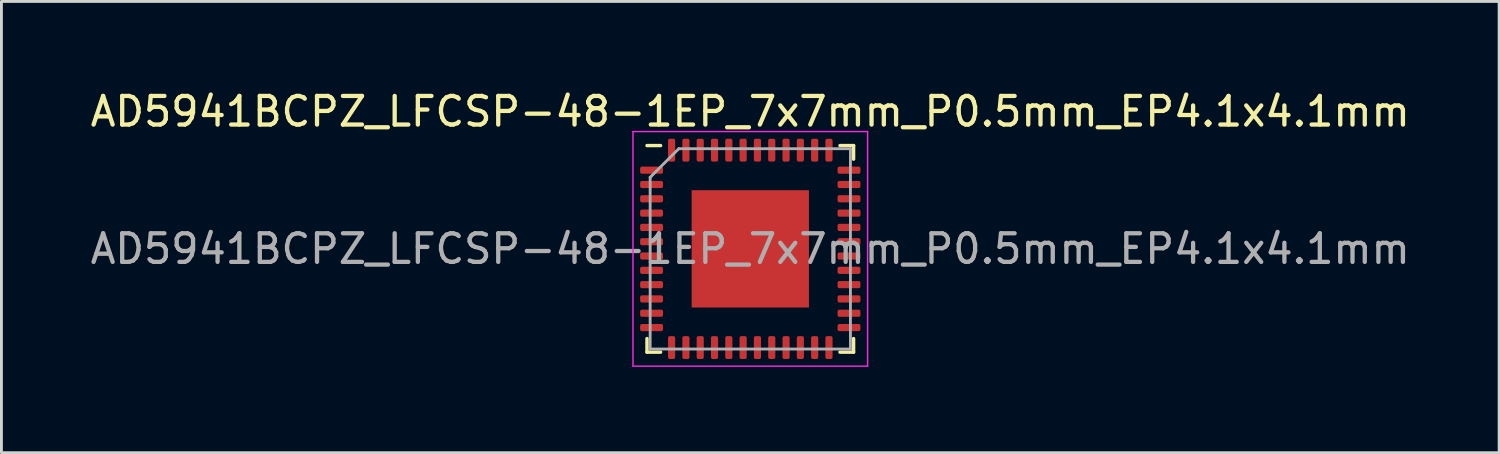
<source format=kicad_pcb>
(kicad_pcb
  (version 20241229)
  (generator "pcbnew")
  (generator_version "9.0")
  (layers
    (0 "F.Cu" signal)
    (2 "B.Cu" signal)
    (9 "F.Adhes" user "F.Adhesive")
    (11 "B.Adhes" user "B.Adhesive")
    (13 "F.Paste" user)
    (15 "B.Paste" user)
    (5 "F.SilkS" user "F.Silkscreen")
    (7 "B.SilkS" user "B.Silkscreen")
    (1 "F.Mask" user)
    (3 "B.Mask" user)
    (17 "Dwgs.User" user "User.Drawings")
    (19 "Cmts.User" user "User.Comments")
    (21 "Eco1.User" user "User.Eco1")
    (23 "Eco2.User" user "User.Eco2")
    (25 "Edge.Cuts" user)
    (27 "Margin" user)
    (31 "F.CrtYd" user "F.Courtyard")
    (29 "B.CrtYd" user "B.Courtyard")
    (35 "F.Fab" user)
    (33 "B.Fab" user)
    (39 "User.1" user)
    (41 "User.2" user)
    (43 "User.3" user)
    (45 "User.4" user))
  (footprint "AD5941BCPZ_LFCSP-48-1EP_7x7mm_P0.5mm_EP4.1x4.1mm"
    (layer "F.Cu")
    (at 23.173 5.648)
    (property "Reference" "AD5941BCPZ_LFCSP-48-1EP_7x7mm_P0.5mm_EP4.1x4.1mm" (at 0 -4.8 0) (layer "F.SilkS") (effects (font (size 1 1) (thickness 0.15))))
    (attr smd)
    (fp_line (start -3.61 3.61) (end -3.61 3.135) (stroke (width 0.12) (type solid)) (layer "F.SilkS"))
    (fp_line (start -3.135 -3.61) (end -3.61 -3.61) (stroke (width 0.12) (type solid)) (layer "F.SilkS"))
    (fp_line (start -3.135 3.61) (end -3.61 3.61) (stroke (width 0.12) (type solid)) (layer "F.SilkS"))
    (fp_line (start 3.135 -3.61) (end 3.61 -3.61) (stroke (width 0.12) (type solid)) (layer "F.SilkS"))
    (fp_line (start 3.135 3.61) (end 3.61 3.61) (stroke (width 0.12) (type solid)) (layer "F.SilkS"))
    (fp_line (start 3.61 -3.61) (end 3.61 -3.135) (stroke (width 0.12) (type solid)) (layer "F.SilkS"))
    (fp_line (start 3.61 3.61) (end 3.61 3.135) (stroke (width 0.12) (type solid)) (layer "F.SilkS"))
    (fp_line (start -4.1 -4.1) (end -4.1 4.1) (stroke (width 0.05) (type solid)) (layer "F.CrtYd"))
    (fp_line (start -4.1 4.1) (end 4.1 4.1) (stroke (width 0.05) (type solid)) (layer "F.CrtYd"))
    (fp_line (start 4.1 -4.1) (end -4.1 -4.1) (stroke (width 0.05) (type solid)) (layer "F.CrtYd"))
    (fp_line (start 4.1 4.1) (end 4.1 -4.1) (stroke (width 0.05) (type solid)) (layer "F.CrtYd"))
    (fp_line (start -3.5 -2.5) (end -2.5 -3.5) (stroke (width 0.1) (type solid)) (layer "F.Fab"))
    (fp_line (start -3.5 3.5) (end -3.5 -2.5) (stroke (width 0.1) (type solid)) (layer "F.Fab"))
    (fp_line (start -2.5 -3.5) (end 3.5 -3.5) (stroke (width 0.1) (type solid)) (layer "F.Fab"))
    (fp_line (start 3.5 -3.5) (end 3.5 3.5) (stroke (width 0.1) (type solid)) (layer "F.Fab"))
    (fp_line (start 3.5 3.5) (end -3.5 3.5) (stroke (width 0.1) (type solid)) (layer "F.Fab"))
    (fp_text user "${REFERENCE}" (at 0 0 0) (layer "F.Fab") (effects (font (size 1 1) (thickness 0.15))))
    (pad "" smd roundrect (at -1.37 -1.37) (size 1.1 1.1) (layers "F.Paste") (roundrect_rratio 0.227))
    (pad "" smd roundrect (at -1.37 0) (size 1.1 1.1) (layers "F.Paste") (roundrect_rratio 0.227))
    (pad "" smd roundrect (at -1.37 1.37) (size 1.1 1.1) (layers "F.Paste") (roundrect_rratio 0.227))
    (pad "" smd roundrect (at 0 -1.37) (size 1.1 1.1) (layers "F.Paste") (roundrect_rratio 0.227))
    (pad "" smd roundrect (at 0 0) (size 1.1 1.1) (layers "F.Paste") (roundrect_rratio 0.227))
    (pad "" smd roundrect (at 0 1.37) (size 1.1 1.1) (layers "F.Paste") (roundrect_rratio 0.227))
    (pad "" smd roundrect (at 1.37 -1.37) (size 1.1 1.1) (layers "F.Paste") (roundrect_rratio 0.227))
    (pad "" smd roundrect (at 1.37 0) (size 1.1 1.1) (layers "F.Paste") (roundrect_rratio 0.227))
    (pad "" smd roundrect (at 1.37 1.37) (size 1.1 1.1) (layers "F.Paste") (roundrect_rratio 0.227))
    (pad "1" smd roundrect (at -3.45 -2.75) (size 0.8 0.25) (layers "F.Cu" "F.Mask" "F.Paste") (roundrect_rratio 0.25))
    (pad "2" smd roundrect (at -3.45 -2.25) (size 0.8 0.25) (layers "F.Cu" "F.Mask" "F.Paste") (roundrect_rratio 0.25))
    (pad "3" smd roundrect (at -3.45 -1.75) (size 0.8 0.25) (layers "F.Cu" "F.Mask" "F.Paste") (roundrect_rratio 0.25))
    (pad "4" smd roundrect (at -3.45 -1.25) (size 0.8 0.25) (layers "F.Cu" "F.Mask" "F.Paste") (roundrect_rratio 0.25))
    (pad "5" smd roundrect (at -3.45 -0.75) (size 0.8 0.25) (layers "F.Cu" "F.Mask" "F.Paste") (roundrect_rratio 0.25))
    (pad "6" smd roundrect (at -3.45 -0.25) (size 0.8 0.25) (layers "F.Cu" "F.Mask" "F.Paste") (roundrect_rratio 0.25))
    (pad "7" smd roundrect (at -3.45 0.25) (size 0.8 0.25) (layers "F.Cu" "F.Mask" "F.Paste") (roundrect_rratio 0.25))
    (pad "8" smd roundrect (at -3.45 0.75) (size 0.8 0.25) (layers "F.Cu" "F.Mask" "F.Paste") (roundrect_rratio 0.25))
    (pad "9" smd roundrect (at -3.45 1.25) (size 0.8 0.25) (layers "F.Cu" "F.Mask" "F.Paste") (roundrect_rratio 0.25))
    (pad "10" smd roundrect (at -3.45 1.75) (size 0.8 0.25) (layers "F.Cu" "F.Mask" "F.Paste") (roundrect_rratio 0.25))
    (pad "11" smd roundrect (at -3.45 2.25) (size 0.8 0.25) (layers "F.Cu" "F.Mask" "F.Paste") (roundrect_rratio 0.25))
    (pad "12" smd roundrect (at -3.45 2.75) (size 0.8 0.25) (layers "F.Cu" "F.Mask" "F.Paste") (roundrect_rratio 0.25))
    (pad "13" smd roundrect (at -2.75 3.45) (size 0.25 0.8) (layers "F.Cu" "F.Mask" "F.Paste") (roundrect_rratio 0.25))
    (pad "14" smd roundrect (at -2.25 3.45) (size 0.25 0.8) (layers "F.Cu" "F.Mask" "F.Paste") (roundrect_rratio 0.25))
    (pad "15" smd roundrect (at -1.75 3.45) (size 0.25 0.8) (layers "F.Cu" "F.Mask" "F.Paste") (roundrect_rratio 0.25))
    (pad "16" smd roundrect (at -1.25 3.45) (size 0.25 0.8) (layers "F.Cu" "F.Mask" "F.Paste") (roundrect_rratio 0.25))
    (pad "17" smd roundrect (at -0.75 3.45) (size 0.25 0.8) (layers "F.Cu" "F.Mask" "F.Paste") (roundrect_rratio 0.25))
    (pad "18" smd roundrect (at -0.25 3.45) (size 0.25 0.8) (layers "F.Cu" "F.Mask" "F.Paste") (roundrect_rratio 0.25))
    (pad "19" smd roundrect (at 0.25 3.45) (size 0.25 0.8) (layers "F.Cu" "F.Mask" "F.Paste") (roundrect_rratio 0.25))
    (pad "20" smd roundrect (at 0.75 3.45) (size 0.25 0.8) (layers "F.Cu" "F.Mask" "F.Paste") (roundrect_rratio 0.25))
    (pad "21" smd roundrect (at 1.25 3.45) (size 0.25 0.8) (layers "F.Cu" "F.Mask" "F.Paste") (roundrect_rratio 0.25))
    (pad "22" smd roundrect (at 1.75 3.45) (size 0.25 0.8) (layers "F.Cu" "F.Mask" "F.Paste") (roundrect_rratio 0.25))
    (pad "23" smd roundrect (at 2.25 3.45) (size 0.25 0.8) (layers "F.Cu" "F.Mask" "F.Paste") (roundrect_rratio 0.25))
    (pad "24" smd roundrect (at 2.75 3.45) (size 0.25 0.8) (layers "F.Cu" "F.Mask" "F.Paste") (roundrect_rratio 0.25))
    (pad "25" smd roundrect (at 3.45 2.75) (size 0.8 0.25) (layers "F.Cu" "F.Mask" "F.Paste") (roundrect_rratio 0.25))
    (pad "26" smd roundrect (at 3.45 2.25) (size 0.8 0.25) (layers "F.Cu" "F.Mask" "F.Paste") (roundrect_rratio 0.25))
    (pad "27" smd roundrect (at 3.45 1.75) (size 0.8 0.25) (layers "F.Cu" "F.Mask" "F.Paste") (roundrect_rratio 0.25))
    (pad "28" smd roundrect (at 3.45 1.25) (size 0.8 0.25) (layers "F.Cu" "F.Mask" "F.Paste") (roundrect_rratio 0.25))
    (pad "29" smd roundrect (at 3.45 0.75) (size 0.8 0.25) (layers "F.Cu" "F.Mask" "F.Paste") (roundrect_rratio 0.25))
    (pad "30" smd roundrect (at 3.45 0.25) (size 0.8 0.25) (layers "F.Cu" "F.Mask" "F.Paste") (roundrect_rratio 0.25))
    (pad "31" smd roundrect (at 3.45 -0.25) (size 0.8 0.25) (layers "F.Cu" "F.Mask" "F.Paste") (roundrect_rratio 0.25))
    (pad "32" smd roundrect (at 3.45 -0.75) (size 0.8 0.25) (layers "F.Cu" "F.Mask" "F.Paste") (roundrect_rratio 0.25))
    (pad "33" smd roundrect (at 3.45 -1.25) (size 0.8 0.25) (layers "F.Cu" "F.Mask" "F.Paste") (roundrect_rratio 0.25))
    (pad "34" smd roundrect (at 3.45 -1.75) (size 0.8 0.25) (layers "F.Cu" "F.Mask" "F.Paste") (roundrect_rratio 0.25))
    (pad "35" smd roundrect (at 3.45 -2.25) (size 0.8 0.25) (layers "F.Cu" "F.Mask" "F.Paste") (roundrect_rratio 0.25))
    (pad "36" smd roundrect (at 3.45 -2.75) (size 0.8 0.25) (layers "F.Cu" "F.Mask" "F.Paste") (roundrect_rratio 0.25))
    (pad "37" smd roundrect (at 2.75 -3.45) (size 0.25 0.8) (layers "F.Cu" "F.Mask" "F.Paste") (roundrect_rratio 0.25))
    (pad "38" smd roundrect (at 2.25 -3.45) (size 0.25 0.8) (layers "F.Cu" "F.Mask" "F.Paste") (roundrect_rratio 0.25))
    (pad "39" smd roundrect (at 1.75 -3.45) (size 0.25 0.8) (layers "F.Cu" "F.Mask" "F.Paste") (roundrect_rratio 0.25))
    (pad "40" smd roundrect (at 1.25 -3.45) (size 0.25 0.8) (layers "F.Cu" "F.Mask" "F.Paste") (roundrect_rratio 0.25))
    (pad "41" smd roundrect (at 0.75 -3.45) (size 0.25 0.8) (layers "F.Cu" "F.Mask" "F.Paste") (roundrect_rratio 0.25))
    (pad "42" smd roundrect (at 0.25 -3.45) (size 0.25 0.8) (layers "F.Cu" "F.Mask" "F.Paste") (roundrect_rratio 0.25))
    (pad "43" smd roundrect (at -0.25 -3.45) (size 0.25 0.8) (layers "F.Cu" "F.Mask" "F.Paste") (roundrect_rratio 0.25))
    (pad "44" smd roundrect (at -0.75 -3.45) (size 0.25 0.8) (layers "F.Cu" "F.Mask" "F.Paste") (roundrect_rratio 0.25))
    (pad "45" smd roundrect (at -1.25 -3.45) (size 0.25 0.8) (layers "F.Cu" "F.Mask" "F.Paste") (roundrect_rratio 0.25))
    (pad "46" smd roundrect (at -1.75 -3.45) (size 0.25 0.8) (layers "F.Cu" "F.Mask" "F.Paste") (roundrect_rratio 0.25))
    (pad "47" smd roundrect (at -2.25 -3.45) (size 0.25 0.8) (layers "F.Cu" "F.Mask" "F.Paste") (roundrect_rratio 0.25))
    (pad "48" smd roundrect (at -2.75 -3.45) (size 0.25 0.8) (layers "F.Cu" "F.Mask" "F.Paste") (roundrect_rratio 0.25))
    (pad "49" smd rect (at 0 0) (size 4.1 4.1) (layers "F.Cu" "F.Mask")))
  (gr_rect
    (start -3 -3)
    (end 49.345 12.773)
    (stroke (width 0.1) (type default))
    (fill no)
    (layer "Edge.Cuts")))
</source>
